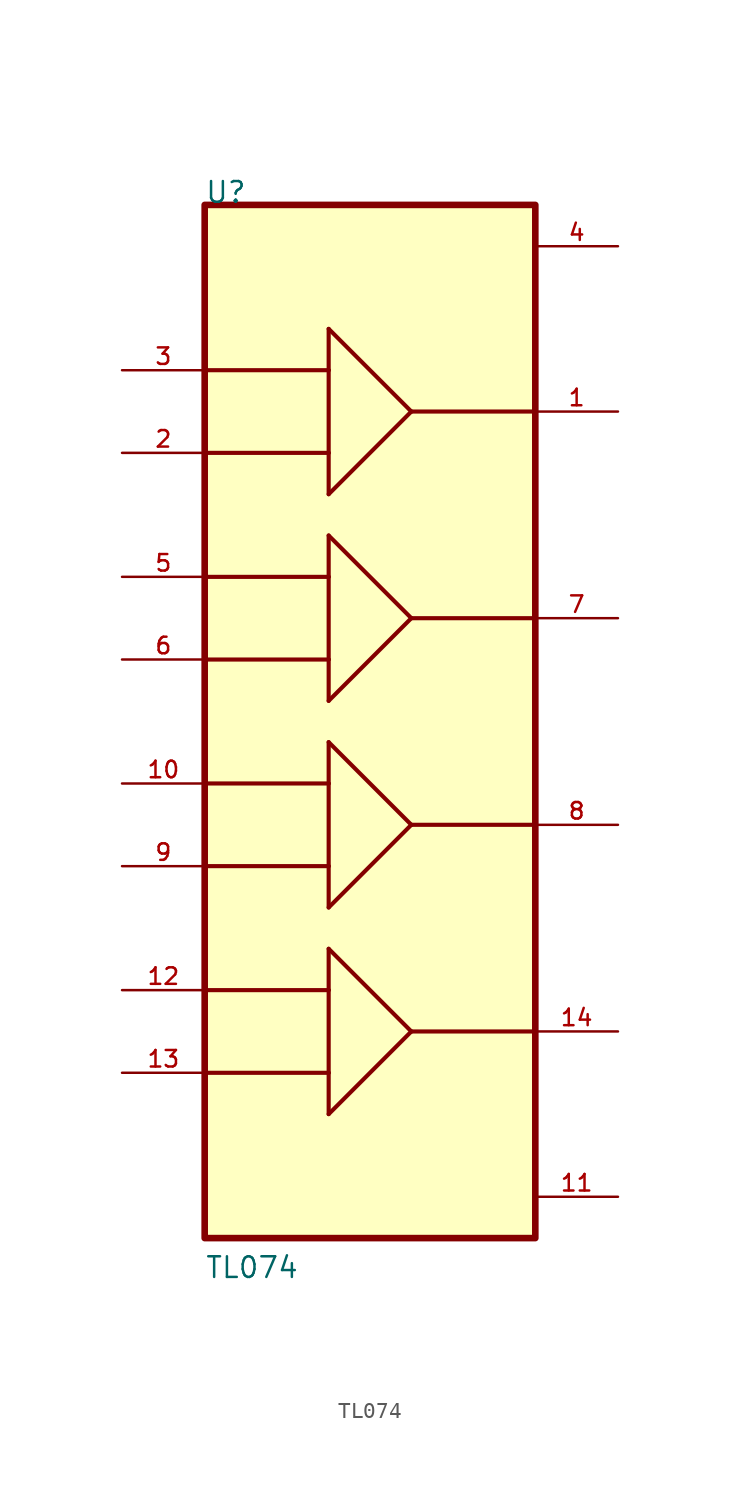
<source format=kicad_sym>
(kicad_symbol_lib
  (version 20211014)
  (generator kicad_symbol_editor)
  (symbol "TL074"
    (pin_names
      (offset 1.016))
    (property "Reference" "U"
      (at -10.171 30.514 0.0)
      (effects (font (size 1.27 1.27)) (justify bottom left)))
    (property "Value" "TL074"
      (at -10.163 -35.57 0.0)
      (effects (font (size 1.27 1.27)) (justify bottom left)))
    (symbol "TL074_0_0"
      (polyline (pts (xy -2.54 22.86) (xy -2.54 20.32)) (stroke (width 0.254)))
      (polyline (pts (xy -2.54 20.32) (xy -2.54 15.24)) (stroke (width 0.254)))
      (polyline (pts (xy -2.54 15.24) (xy -2.54 12.7)) (stroke (width 0.254)))
      (polyline (pts (xy -2.54 12.7) (xy 2.54 17.78)) (stroke (width 0.254)))
      (polyline (pts (xy 2.54 17.78) (xy -2.54 22.86)) (stroke (width 0.254)))
      (polyline (pts (xy -2.54 20.32) (xy -10.16 20.32)) (stroke (width 0.254)))
      (polyline (pts (xy -2.54 15.24) (xy -10.16 15.24)) (stroke (width 0.254)))
      (polyline (pts (xy 2.54 17.78) (xy 10.16 17.78)) (stroke (width 0.254)))
      (polyline (pts (xy -2.54 10.16) (xy -2.54 7.62)) (stroke (width 0.254)))
      (polyline (pts (xy -2.54 7.62) (xy -2.54 2.54)) (stroke (width 0.254)))
      (polyline (pts (xy -2.54 2.54) (xy -2.54 0.0)) (stroke (width 0.254)))
      (polyline (pts (xy -2.54 0.0) (xy 2.54 5.08)) (stroke (width 0.254)))
      (polyline (pts (xy 2.54 5.08) (xy -2.54 10.16)) (stroke (width 0.254)))
      (polyline (pts (xy -2.54 7.62) (xy -10.16 7.62)) (stroke (width 0.254)))
      (polyline (pts (xy -2.54 2.54) (xy -10.16 2.54)) (stroke (width 0.254)))
      (polyline (pts (xy 2.54 5.08) (xy 10.16 5.08)) (stroke (width 0.254)))
      (polyline (pts (xy -2.54 -2.54) (xy -2.54 -5.08)) (stroke (width 0.254)))
      (polyline (pts (xy -2.54 -5.08) (xy -2.54 -10.16)) (stroke (width 0.254)))
      (polyline (pts (xy -2.54 -10.16) (xy -2.54 -12.7)) (stroke (width 0.254)))
      (polyline (pts (xy -2.54 -12.7) (xy 2.54 -7.62)) (stroke (width 0.254)))
      (polyline (pts (xy 2.54 -7.62) (xy -2.54 -2.54)) (stroke (width 0.254)))
      (polyline (pts (xy -2.54 -5.08) (xy -10.16 -5.08)) (stroke (width 0.254)))
      (polyline (pts (xy 2.54 -7.62) (xy 10.16 -7.62)) (stroke (width 0.254)))
      (polyline (pts (xy -2.54 -15.24) (xy -2.54 -17.78)) (stroke (width 0.254)))
      (polyline (pts (xy -2.54 -17.78) (xy -2.54 -22.86)) (stroke (width 0.254)))
      (polyline (pts (xy -2.54 -22.86) (xy -2.54 -25.4)) (stroke (width 0.254)))
      (polyline (pts (xy -2.54 -25.4) (xy 2.54 -20.32)) (stroke (width 0.254)))
      (polyline (pts (xy 2.54 -20.32) (xy -2.54 -15.24)) (stroke (width 0.254)))
      (polyline (pts (xy -2.54 -17.78) (xy -10.16 -17.78)) (stroke (width 0.254)))
      (polyline (pts (xy -2.54 -22.86) (xy -10.16 -22.86)) (stroke (width 0.254)))
      (polyline (pts (xy 2.54 -20.32) (xy 10.16 -20.32)) (stroke (width 0.254)))
      (polyline (pts (xy -2.54 -10.16) (xy -10.16 -10.16)) (stroke (width 0.254)))
      (rectangle (start -10.16 -33.02) (end 10.16 30.48) (stroke (width 0.406)) (fill (type background)))
      (pin power_in line (at 15.24 27.94 180.0) (length 5.08) (name "~" (effects (font (size 1.016 1.016)))) (number "4" (effects (font (size 1.016 1.016)))))
      (pin input line (at -15.24 20.32 0) (length 5.08) (name "~" (effects (font (size 1.016 1.016)))) (number "3" (effects (font (size 1.016 1.016)))))
      (pin input line (at -15.24 15.24 0) (length 5.08) (name "~" (effects (font (size 1.016 1.016)))) (number "2" (effects (font (size 1.016 1.016)))))
      (pin input line (at -15.24 2.54 0) (length 5.08) (name "~" (effects (font (size 1.016 1.016)))) (number "6" (effects (font (size 1.016 1.016)))))
      (pin input line (at -15.24 7.62 0) (length 5.08) (name "~" (effects (font (size 1.016 1.016)))) (number "5" (effects (font (size 1.016 1.016)))))
      (pin input line (at -15.24 -10.16 0) (length 5.08) (name "~" (effects (font (size 1.016 1.016)))) (number "9" (effects (font (size 1.016 1.016)))))
      (pin input line (at -15.24 -5.08 0) (length 5.08) (name "~" (effects (font (size 1.016 1.016)))) (number "10" (effects (font (size 1.016 1.016)))))
      (pin input line (at -15.24 -17.78 0) (length 5.08) (name "~" (effects (font (size 1.016 1.016)))) (number "12" (effects (font (size 1.016 1.016)))))
      (pin input line (at -15.24 -22.86 0) (length 5.08) (name "~" (effects (font (size 1.016 1.016)))) (number "13" (effects (font (size 1.016 1.016)))))
      (pin power_in line (at 15.24 -30.48 180.0) (length 5.08) (name "~" (effects (font (size 1.016 1.016)))) (number "11" (effects (font (size 1.016 1.016)))))
      (pin output line (at 15.24 17.78 180.0) (length 5.08) (name "~" (effects (font (size 1.016 1.016)))) (number "1" (effects (font (size 1.016 1.016)))))
      (pin output line (at 15.24 5.08 180.0) (length 5.08) (name "~" (effects (font (size 1.016 1.016)))) (number "7" (effects (font (size 1.016 1.016)))))
      (pin output line (at 15.24 -7.62 180.0) (length 5.08) (name "~" (effects (font (size 1.016 1.016)))) (number "8" (effects (font (size 1.016 1.016)))))
      (pin output line (at 15.24 -20.32 180.0) (length 5.08) (name "~" (effects (font (size 1.016 1.016)))) (number "14" (effects (font (size 1.016 1.016))))))))
</source>
